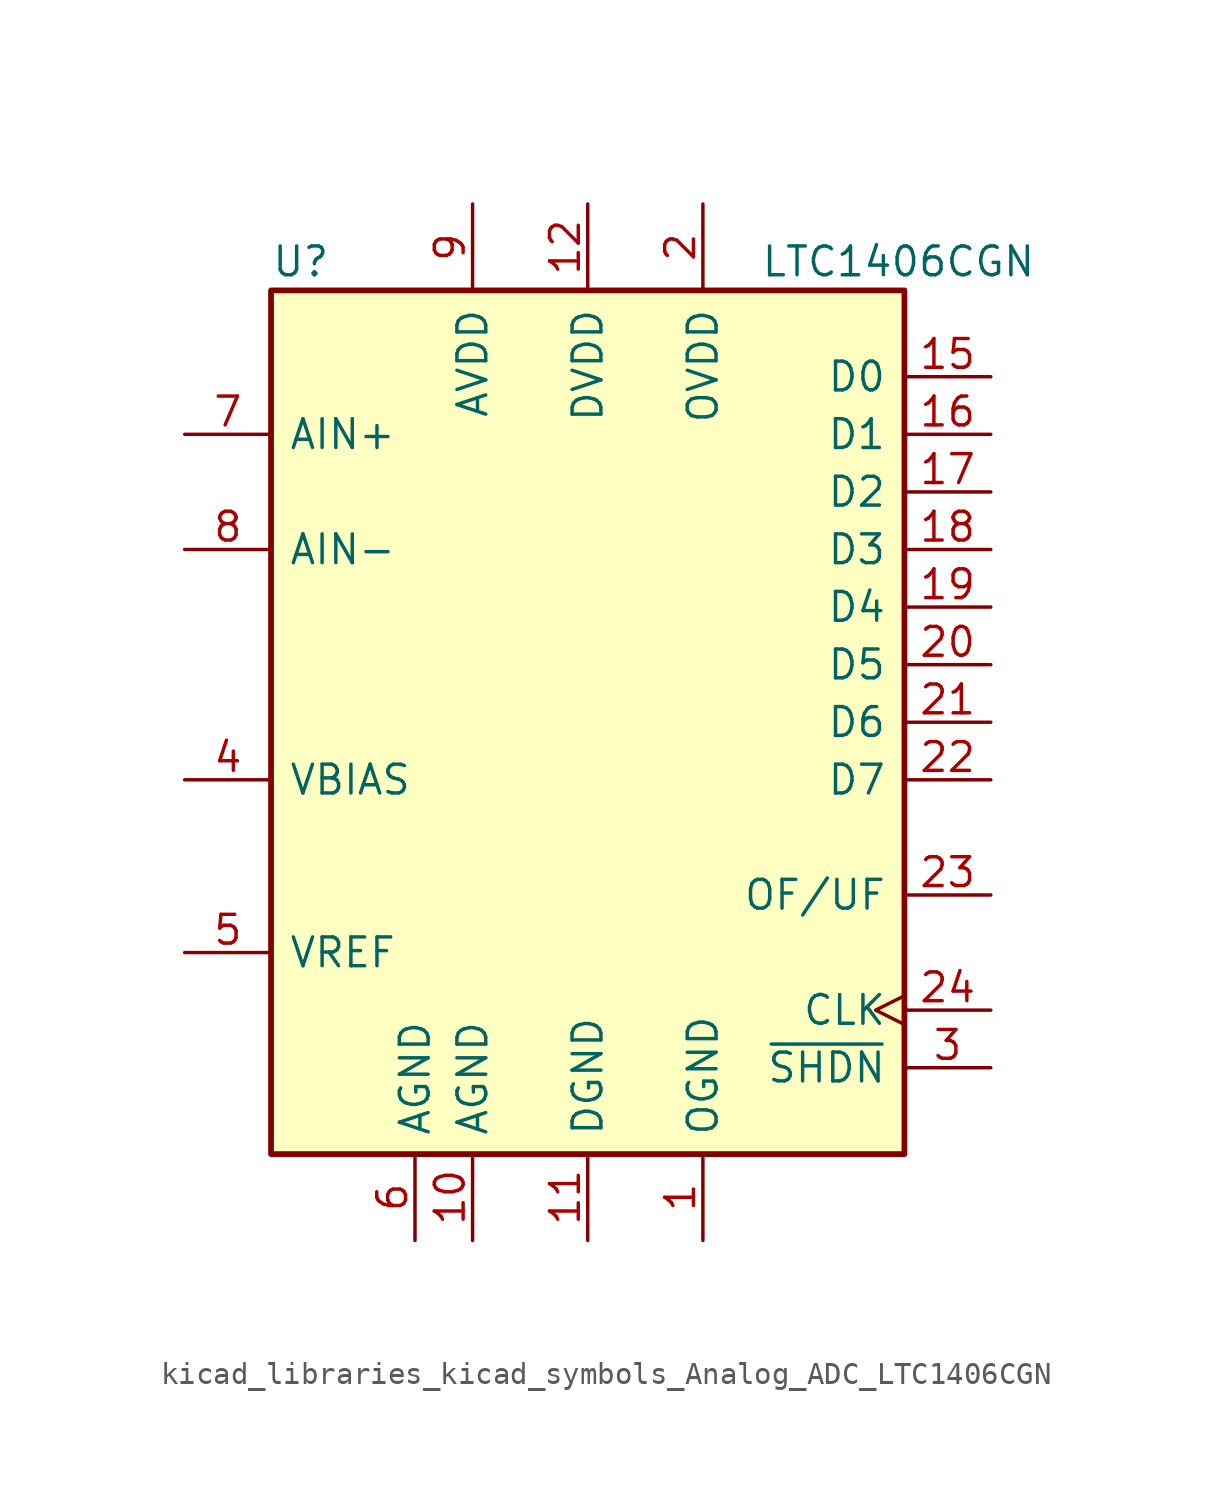
<source format=kicad_sym>
(kicad_symbol_lib
  (version 20220914)
  (generator kicad_symbol_editor)
  (symbol "kicad_libraries_kicad_symbols_Analog_ADC_LTC1406CGN"
    (pin_names
      (offset 0.762))
    (property "Reference" "U"
      (at -13.97 20.32 0)
      (effects (font (size 1.27 1.27)) (justify left)))
    (property "Value" "LTC1406CGN"
      (at 7.62 20.32 0)
      (effects (font (size 1.27 1.27)) (justify left)))
    (symbol "kicad_libraries_kicad_symbols_Analog_ADC_LTC1406CGN_0_1"
      (rectangle (start -13.97 -19.05) (end 13.97 19.05) (stroke (width 0.254) (type default)) (fill (type background))))
    (symbol "kicad_libraries_kicad_symbols_Analog_ADC_LTC1406CGN_1_1"
      (pin power_in line (at 5.08 -22.86 90) (length 3.81) (name "OGND" (effects (font (size 1.27 1.27)))) (number "1" (effects (font (size 1.27 1.27)))))
      (pin power_in line (at -5.08 -22.86 90) (length 3.81) (name "AGND" (effects (font (size 1.27 1.27)))) (number "10" (effects (font (size 1.27 1.27)))))
      (pin power_in line (at 0 -22.86 90) (length 3.81) (name "DGND" (effects (font (size 1.27 1.27)))) (number "11" (effects (font (size 1.27 1.27)))))
      (pin power_in line (at 0 22.86 270) (length 3.81) (name "DVDD" (effects (font (size 1.27 1.27)))) (number "12" (effects (font (size 1.27 1.27)))))
      (pin no_connect line (at 7.62 -19.05 90) (length 3.81) hide (name "NC" (effects (font (size 1.27 1.27)))) (number "13" (effects (font (size 1.27 1.27)))))
      (pin no_connect line (at 10.16 -19.05 90) (length 3.81) hide (name "NC" (effects (font (size 1.27 1.27)))) (number "14" (effects (font (size 1.27 1.27)))))
      (pin output line (at 17.78 15.24 180) (length 3.81) (name "D0" (effects (font (size 1.27 1.27)))) (number "15" (effects (font (size 1.27 1.27)))))
      (pin output line (at 17.78 12.7 180) (length 3.81) (name "D1" (effects (font (size 1.27 1.27)))) (number "16" (effects (font (size 1.27 1.27)))))
      (pin output line (at 17.78 10.16 180) (length 3.81) (name "D2" (effects (font (size 1.27 1.27)))) (number "17" (effects (font (size 1.27 1.27)))))
      (pin output line (at 17.78 7.62 180) (length 3.81) (name "D3" (effects (font (size 1.27 1.27)))) (number "18" (effects (font (size 1.27 1.27)))))
      (pin output line (at 17.78 5.08 180) (length 3.81) (name "D4" (effects (font (size 1.27 1.27)))) (number "19" (effects (font (size 1.27 1.27)))))
      (pin power_in line (at 5.08 22.86 270) (length 3.81) (name "OVDD" (effects (font (size 1.27 1.27)))) (number "2" (effects (font (size 1.27 1.27)))))
      (pin output line (at 17.78 2.54 180) (length 3.81) (name "D5" (effects (font (size 1.27 1.27)))) (number "20" (effects (font (size 1.27 1.27)))))
      (pin output line (at 17.78 0 180) (length 3.81) (name "D6" (effects (font (size 1.27 1.27)))) (number "21" (effects (font (size 1.27 1.27)))))
      (pin output line (at 17.78 -2.54 180) (length 3.81) (name "D7" (effects (font (size 1.27 1.27)))) (number "22" (effects (font (size 1.27 1.27)))))
      (pin output line (at 17.78 -7.62 180) (length 3.81) (name "OF/UF" (effects (font (size 1.27 1.27)))) (number "23" (effects (font (size 1.27 1.27)))))
      (pin input clock (at 17.78 -12.7 180) (length 3.81) (name "CLK" (effects (font (size 1.27 1.27)))) (number "24" (effects (font (size 1.27 1.27)))))
      (pin input line (at 17.78 -15.24 180) (length 3.81) (name "~{SHDN}" (effects (font (size 1.27 1.27)))) (number "3" (effects (font (size 1.27 1.27)))))
      (pin input line (at -17.78 -2.54 0) (length 3.81) (name "VBIAS" (effects (font (size 1.27 1.27)))) (number "4" (effects (font (size 1.27 1.27)))))
      (pin input line (at -17.78 -10.16 0) (length 3.81) (name "VREF" (effects (font (size 1.27 1.27)))) (number "5" (effects (font (size 1.27 1.27)))))
      (pin power_in line (at -7.62 -22.86 90) (length 3.81) (name "AGND" (effects (font (size 1.27 1.27)))) (number "6" (effects (font (size 1.27 1.27)))))
      (pin input line (at -17.78 12.7 0) (length 3.81) (name "AIN+" (effects (font (size 1.27 1.27)))) (number "7" (effects (font (size 1.27 1.27)))))
      (pin input line (at -17.78 7.62 0) (length 3.81) (name "AIN-" (effects (font (size 1.27 1.27)))) (number "8" (effects (font (size 1.27 1.27)))))
      (pin power_in line (at -5.08 22.86 270) (length 3.81) (name "AVDD" (effects (font (size 1.27 1.27)))) (number "9" (effects (font (size 1.27 1.27))))))))
</source>
